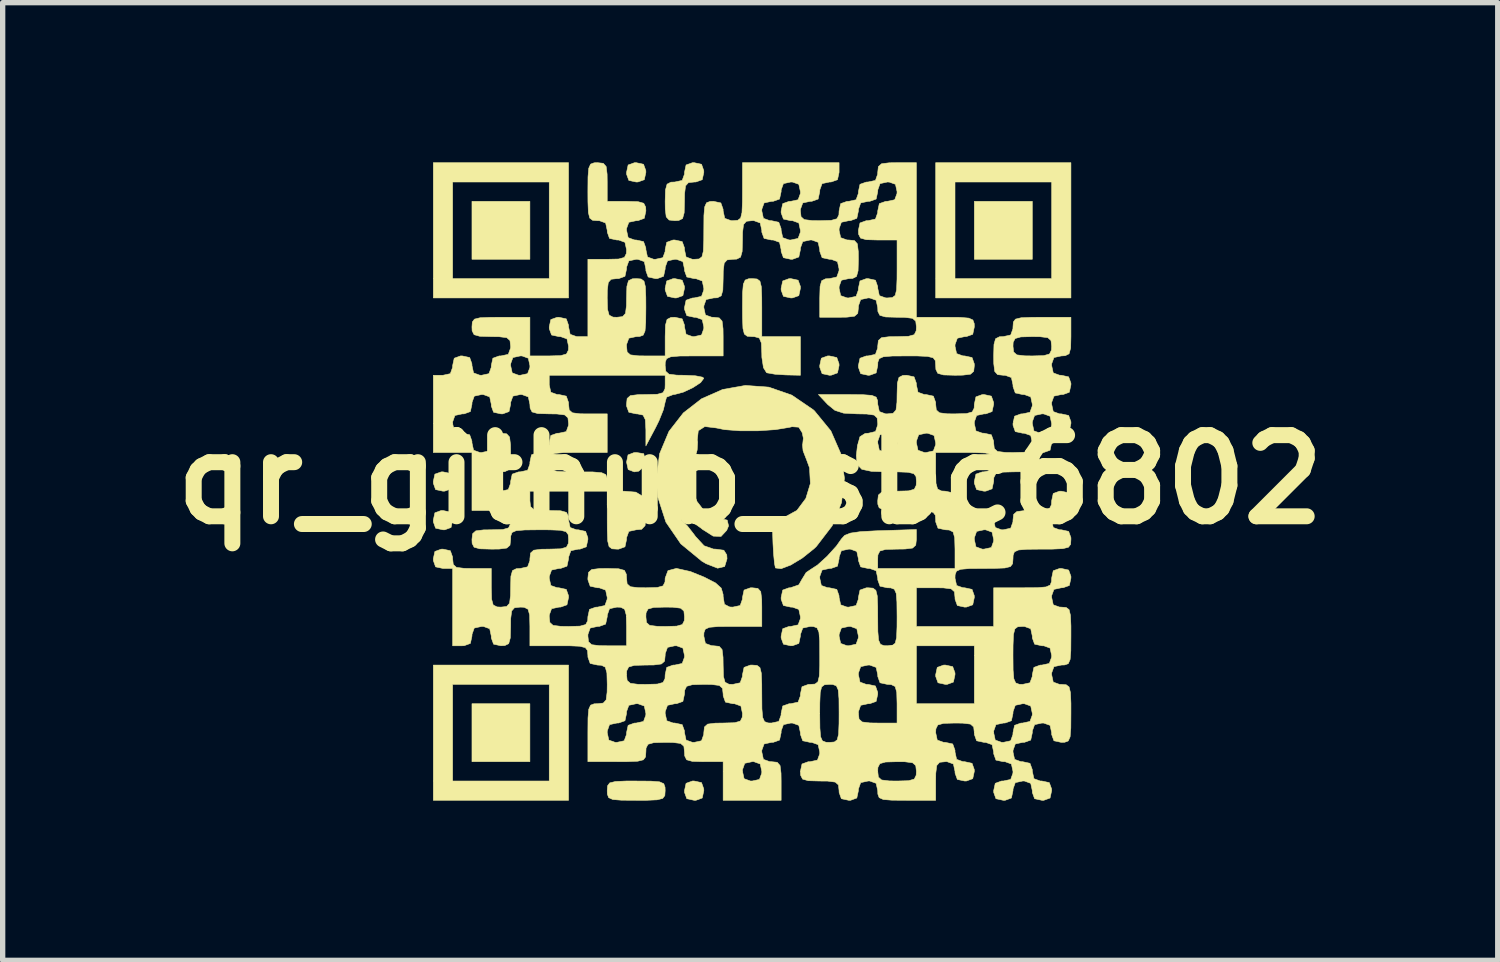
<source format=kicad_pcb>
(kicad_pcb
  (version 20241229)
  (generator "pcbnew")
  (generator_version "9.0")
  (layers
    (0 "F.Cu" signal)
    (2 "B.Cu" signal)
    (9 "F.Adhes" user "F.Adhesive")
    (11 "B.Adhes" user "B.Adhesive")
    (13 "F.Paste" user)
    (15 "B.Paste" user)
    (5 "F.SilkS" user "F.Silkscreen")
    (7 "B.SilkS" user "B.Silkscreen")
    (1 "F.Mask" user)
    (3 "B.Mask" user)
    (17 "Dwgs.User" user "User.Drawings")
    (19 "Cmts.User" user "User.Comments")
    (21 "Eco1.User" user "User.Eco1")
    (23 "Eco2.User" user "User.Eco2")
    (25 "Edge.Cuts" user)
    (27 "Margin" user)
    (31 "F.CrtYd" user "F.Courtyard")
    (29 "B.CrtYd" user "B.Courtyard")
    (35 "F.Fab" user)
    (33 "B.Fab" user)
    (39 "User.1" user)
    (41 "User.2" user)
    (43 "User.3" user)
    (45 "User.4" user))
  (footprint "qr_github_sbc6802"
    (layer "F.Cu")
    (at 11.038 5.956)
    (property "Reference" "qr_github_sbc6802" (at 0 0 0) (layer "F.SilkS") (effects (font (size 1.524 1.524) (thickness 0.3))))
    (attr through_hole)
    (fp_poly (pts (xy -4.137 -4.137) (xy -5.225 -4.137) (xy -5.225 -5.225) (xy -4.137 -5.225) (xy -4.137 -4.137)) (stroke (width 0.01) (type solid)) (fill yes) (layer "F.SilkS"))
    (fp_poly (pts (xy -4.137 5.298) (xy -5.225 5.298) (xy -5.225 4.209) (xy -4.137 4.209) (xy -4.137 5.298)) (stroke (width 0.01) (type solid)) (fill yes) (layer "F.SilkS"))
    (fp_poly (pts (xy 5.298 -4.137) (xy 4.209 -4.137) (xy 4.209 -5.225) (xy 5.298 -5.225) (xy 5.298 -4.137)) (stroke (width 0.01) (type solid)) (fill yes) (layer "F.SilkS"))
    (fp_poly (pts (xy 2.009 0.422) (xy 2.018 0.535) (xy 2.003 0.561) (xy 1.97 0.539) (xy 1.965 0.466) (xy 1.983 0.388) (xy 2.009 0.422)) (stroke (width 0.01) (type solid)) (fill yes) (layer "F.SilkS"))
    (fp_poly (pts (xy -3.411 -3.411) (xy -5.951 -3.411) (xy -5.951 -5.588) (xy -5.588 -5.588) (xy -5.588 -3.774) (xy -3.774 -3.774) (xy -3.774 -5.588) (xy -5.588 -5.588) (xy -5.951 -5.588) (xy -5.951 -5.951) (xy -3.411 -5.951) (xy -3.411 -3.411)) (stroke (width 0.01) (type solid)) (fill yes) (layer "F.SilkS"))
    (fp_poly (pts (xy -3.411 6.023) (xy -5.951 6.023) (xy -5.951 3.846) (xy -5.588 3.846) (xy -5.588 5.661) (xy -3.774 5.661) (xy -3.774 3.846) (xy -5.588 3.846) (xy -5.951 3.846) (xy -5.951 3.483) (xy -3.411 3.483) (xy -3.411 6.023)) (stroke (width 0.01) (type solid)) (fill yes) (layer "F.SilkS"))
    (fp_poly (pts (xy 6.023 -3.411) (xy 3.483 -3.411) (xy 3.483 -5.588) (xy 3.846 -5.588) (xy 3.846 -3.774) (xy 5.661 -3.774) (xy 5.661 -5.588) (xy 3.846 -5.588) (xy 3.483 -5.588) (xy 3.483 -5.951) (xy 6.023 -5.951) (xy 6.023 -3.411)) (stroke (width 0.01) (type solid)) (fill yes) (layer "F.SilkS"))
    (fp_poly (pts (xy -5.631 -0.115) (xy -5.589 0.003) (xy -5.588 0.036) (xy -5.618 0.174) (xy -5.736 0.217) (xy -5.769 0.218) (xy -5.908 0.188) (xy -5.95 0.07) (xy -5.951 0.036) (xy -5.921 -0.102) (xy -5.803 -0.144) (xy -5.769 -0.145) (xy -5.631 -0.115)) (stroke (width 0.01) (type solid)) (fill yes) (layer "F.SilkS"))
    (fp_poly (pts (xy -5.631 0.611) (xy -5.589 0.729) (xy -5.588 0.762) (xy -5.618 0.9) (xy -5.736 0.943) (xy -5.769 0.943) (xy -5.908 0.913) (xy -5.95 0.795) (xy -5.951 0.762) (xy -5.921 0.624) (xy -5.803 0.581) (xy -5.769 0.581) (xy -5.631 0.611)) (stroke (width 0.01) (type solid)) (fill yes) (layer "F.SilkS"))
    (fp_poly (pts (xy -2.003 -5.921) (xy -1.96 -5.803) (xy -1.959 -5.769) (xy -1.989 -5.631) (xy -2.107 -5.589) (xy -2.141 -5.588) (xy -2.279 -5.618) (xy -2.322 -5.736) (xy -2.322 -5.769) (xy -2.292 -5.908) (xy -2.174 -5.95) (xy -2.141 -5.951) (xy -2.003 -5.921)) (stroke (width 0.01) (type solid)) (fill yes) (layer "F.SilkS"))
    (fp_poly (pts (xy -1.999 -0.486) (xy -1.982 -0.409) (xy -1.988 -0.393) (xy -2.027 -0.255) (xy -2.032 -0.212) (xy -2.093 -0.158) (xy -2.177 -0.145) (xy -2.291 -0.188) (xy -2.322 -0.327) (xy -2.294 -0.463) (xy -2.18 -0.507) (xy -2.133 -0.508) (xy -1.999 -0.486)) (stroke (width 0.01) (type solid)) (fill yes) (layer "F.SilkS"))
    (fp_poly (pts (xy -1.277 -3.744) (xy -1.234 -3.626) (xy -1.234 -3.592) (xy -1.264 -3.454) (xy -1.382 -3.412) (xy -1.415 -3.411) (xy -1.553 -3.441) (xy -1.596 -3.559) (xy -1.597 -3.592) (xy -1.567 -3.73) (xy -1.449 -3.773) (xy -1.415 -3.774) (xy -1.277 -3.744)) (stroke (width 0.01) (type solid)) (fill yes) (layer "F.SilkS"))
    (fp_poly (pts (xy -0.914 5.691) (xy -0.872 5.809) (xy -0.871 5.842) (xy -0.901 5.98) (xy -1.019 6.023) (xy -1.052 6.023) (xy -1.19 5.993) (xy -1.233 5.875) (xy -1.234 5.842) (xy -1.204 5.704) (xy -1.086 5.661) (xy -1.052 5.661) (xy -0.914 5.691)) (stroke (width 0.01) (type solid)) (fill yes) (layer "F.SilkS"))
    (fp_poly (pts (xy 0.9 -3.744) (xy 0.943 -3.626) (xy 0.943 -3.592) (xy 0.913 -3.454) (xy 0.795 -3.412) (xy 0.762 -3.411) (xy 0.624 -3.441) (xy 0.581 -3.559) (xy 0.581 -3.592) (xy 0.611 -3.73) (xy 0.729 -3.773) (xy 0.762 -3.774) (xy 0.9 -3.744)) (stroke (width 0.01) (type solid)) (fill yes) (layer "F.SilkS"))
    (fp_poly (pts (xy 1.626 -2.292) (xy 1.668 -2.174) (xy 1.669 -2.141) (xy 1.639 -2.003) (xy 1.521 -1.96) (xy 1.488 -1.959) (xy 1.35 -1.989) (xy 1.307 -2.107) (xy 1.306 -2.141) (xy 1.336 -2.279) (xy 1.454 -2.322) (xy 1.488 -2.322) (xy 1.626 -2.292)) (stroke (width 0.01) (type solid)) (fill yes) (layer "F.SilkS"))
    (fp_poly (pts (xy 3.803 3.513) (xy 3.846 3.631) (xy 3.846 3.665) (xy 3.816 3.803) (xy 3.698 3.846) (xy 3.665 3.846) (xy 3.527 3.816) (xy 3.484 3.698) (xy 3.483 3.665) (xy 3.513 3.527) (xy 3.631 3.484) (xy 3.665 3.483) (xy 3.803 3.513)) (stroke (width 0.01) (type solid)) (fill yes) (layer "F.SilkS"))
    (fp_poly (pts (xy -1.864 5.663) (xy -1.702 5.676) (xy -1.623 5.711) (xy -1.599 5.778) (xy -1.597 5.842) (xy -1.603 5.934) (xy -1.644 5.988) (xy -1.749 6.014) (xy -1.95 6.023) (xy -2.141 6.023) (xy -2.418 6.021) (xy -2.58 6.008) (xy -2.658 5.973) (xy -2.683 5.906) (xy -2.685 5.842) (xy -2.678 5.75) (xy -2.638 5.696) (xy -2.532 5.67) (xy -2.332 5.661) (xy -2.141 5.661) (xy -1.864 5.663)) (stroke (width 0.01) (type solid)) (fill yes) (layer "F.SilkS"))
    (fp_poly (pts (xy -0.914 -5.921) (xy -0.872 -5.803) (xy -0.871 -5.769) (xy -0.901 -5.631) (xy -1.019 -5.589) (xy -1.052 -5.588) (xy -1.16 -5.576) (xy -1.214 -5.516) (xy -1.232 -5.371) (xy -1.234 -5.225) (xy -1.24 -5.01) (xy -1.27 -4.902) (xy -1.342 -4.866) (xy -1.415 -4.862) (xy -1.523 -4.874) (xy -1.577 -4.934) (xy -1.595 -5.08) (xy -1.597 -5.225) (xy -1.591 -5.44) (xy -1.561 -5.548) (xy -1.488 -5.585) (xy -1.415 -5.588) (xy -1.277 -5.618) (xy -1.234 -5.736) (xy -1.234 -5.769) (xy -1.204 -5.908) (xy -1.086 -5.95) (xy -1.052 -5.951) (xy -0.914 -5.921)) (stroke (width 0.01) (type solid)) (fill yes) (layer "F.SilkS"))
    (fp_poly (pts (xy 0.129 -3.767) (xy 0.183 -3.726) (xy 0.209 -3.621) (xy 0.217 -3.421) (xy 0.218 -3.229) (xy 0.218 -2.685) (xy 0.943 -2.685) (xy 0.943 -1.959) (xy 0.671 -1.965) (xy 0.468 -1.978) (xy 0.322 -2.003) (xy 0.308 -2.007) (xy 0.249 -2.101) (xy 0.219 -2.296) (xy 0.218 -2.365) (xy 0.21 -2.564) (xy 0.172 -2.657) (xy 0.08 -2.684) (xy 0.036 -2.685) (xy -0.056 -2.692) (xy -0.11 -2.733) (xy -0.136 -2.838) (xy -0.144 -3.038) (xy -0.145 -3.229) (xy -0.143 -3.506) (xy -0.129 -3.669) (xy -0.094 -3.747) (xy -0.027 -3.772) (xy 0.036 -3.774) (xy 0.129 -3.767)) (stroke (width 0.01) (type solid)) (fill yes) (layer "F.SilkS"))
    (fp_poly (pts (xy 0.349 -1.736) (xy 0.781 -1.586) (xy 1.184 -1.311) (xy 1.206 -1.291) (xy 1.515 -0.914) (xy 1.703 -0.484) (xy 1.77 -0.026) (xy 1.715 0.433) (xy 1.539 0.869) (xy 1.243 1.255) (xy 1.198 1.298) (xy 0.978 1.474) (xy 0.761 1.605) (xy 0.582 1.673) (xy 0.475 1.66) (xy 0.474 1.66) (xy 0.457 1.579) (xy 0.439 1.396) (xy 0.428 1.201) (xy 0.42 0.96) (xy 0.436 0.826) (xy 0.492 0.758) (xy 0.606 0.718) (xy 0.639 0.709) (xy 0.877 0.579) (xy 1.045 0.354) (xy 1.13 0.074) (xy 1.114 -0.221) (xy 1.059 -0.371) (xy 0.993 -0.54) (xy 0.982 -0.655) (xy 0.986 -0.663) (xy 0.998 -0.777) (xy 0.977 -0.879) (xy 0.912 -0.984) (xy 0.786 -0.993) (xy 0.737 -0.981) (xy 0.474 -0.938) (xy 0.147 -0.916) (xy -0.19 -0.916) (xy -0.481 -0.938) (xy -0.639 -0.97) (xy -0.852 -0.996) (xy -0.975 -0.917) (xy -0.994 -0.742) (xy -0.987 -0.706) (xy -0.996 -0.553) (xy -1.062 -0.365) (xy -1.062 -0.364) (xy -1.125 -0.115) (xy -1.099 0.156) (xy -1 0.41) (xy -0.847 0.61) (xy -0.655 0.717) (xy -0.582 0.726) (xy -0.432 0.761) (xy -0.406 0.87) (xy -0.441 0.953) (xy -0.548 1.068) (xy -0.695 1.062) (xy -0.897 0.934) (xy -0.93 0.907) (xy -1.094 0.79) (xy -1.225 0.729) (xy -1.244 0.727) (xy -1.297 0.751) (xy -1.267 0.781) (xy -1.178 0.872) (xy -1.055 1.03) (xy -1.026 1.07) (xy -0.866 1.243) (xy -0.689 1.305) (xy -0.648 1.306) (xy -0.495 1.327) (xy -0.44 1.414) (xy -0.435 1.488) (xy -0.48 1.633) (xy -0.611 1.664) (xy -0.827 1.58) (xy -0.907 1.533) (xy -1.304 1.206) (xy -1.583 0.799) (xy -1.736 0.326) (xy -1.764 0) (xy -1.702 -0.484) (xy -1.526 -0.904) (xy -1.256 -1.251) (xy -0.914 -1.517) (xy -0.518 -1.692) (xy -0.09 -1.768) (xy 0.349 -1.736)) (stroke (width 0.01) (type solid)) (fill yes) (layer "F.SilkS"))
    (fp_poly (pts (xy 1.669 -5.769) (xy 1.639 -5.631) (xy 1.521 -5.589) (xy 1.488 -5.588) (xy 1.35 -5.558) (xy 1.307 -5.44) (xy 1.306 -5.407) (xy 1.276 -5.268) (xy 1.158 -5.226) (xy 1.125 -5.225) (xy 0.987 -5.195) (xy 0.944 -5.077) (xy 0.943 -5.044) (xy 0.955 -4.936) (xy 1.015 -4.882) (xy 1.161 -4.864) (xy 1.306 -4.862) (xy 1.522 -4.868) (xy 1.629 -4.898) (xy 1.666 -4.971) (xy 1.669 -5.044) (xy 1.699 -5.182) (xy 1.817 -5.224) (xy 1.851 -5.225) (xy 1.989 -5.255) (xy 2.031 -5.373) (xy 2.032 -5.407) (xy 2.062 -5.545) (xy 2.18 -5.587) (xy 2.213 -5.588) (xy 2.352 -5.618) (xy 2.394 -5.736) (xy 2.395 -5.769) (xy 2.407 -5.877) (xy 2.467 -5.931) (xy 2.612 -5.949) (xy 2.758 -5.951) (xy 3.121 -5.951) (xy 3.121 -3.048) (xy 3.665 -3.048) (xy 3.942 -3.046) (xy 4.104 -3.032) (xy 4.182 -2.997) (xy 4.207 -2.93) (xy 4.209 -2.867) (xy 4.179 -2.728) (xy 4.061 -2.686) (xy 4.028 -2.685) (xy 3.89 -2.655) (xy 3.847 -2.537) (xy 3.846 -2.504) (xy 3.876 -2.366) (xy 3.994 -2.323) (xy 4.028 -2.322) (xy 4.166 -2.292) (xy 4.208 -2.174) (xy 4.209 -2.141) (xy 4.197 -2.033) (xy 4.137 -1.979) (xy 3.992 -1.961) (xy 3.846 -1.959) (xy 3.631 -1.965) (xy 3.523 -1.995) (xy 3.487 -2.068) (xy 3.483 -2.141) (xy 3.477 -2.233) (xy 3.436 -2.287) (xy 3.331 -2.313) (xy 3.13 -2.322) (xy 2.939 -2.322) (xy 2.662 -2.32) (xy 2.5 -2.306) (xy 2.422 -2.271) (xy 2.397 -2.205) (xy 2.395 -2.141) (xy 2.365 -2.003) (xy 2.247 -1.96) (xy 2.213 -1.959) (xy 2.075 -1.989) (xy 2.033 -2.107) (xy 2.032 -2.141) (xy 2.062 -2.279) (xy 2.18 -2.322) (xy 2.213 -2.322) (xy 2.352 -2.352) (xy 2.394 -2.47) (xy 2.395 -2.504) (xy 2.407 -2.611) (xy 2.467 -2.665) (xy 2.612 -2.683) (xy 2.758 -2.685) (xy 2.973 -2.691) (xy 3.081 -2.721) (xy 3.117 -2.794) (xy 3.121 -2.867) (xy 3.109 -2.974) (xy 3.049 -3.028) (xy 2.903 -3.046) (xy 2.758 -3.048) (xy 2.542 -3.054) (xy 2.435 -3.084) (xy 2.398 -3.157) (xy 2.395 -3.229) (xy 2.365 -3.368) (xy 2.247 -3.41) (xy 2.213 -3.411) (xy 2.075 -3.381) (xy 2.033 -3.263) (xy 2.032 -3.229) (xy 2.02 -3.122) (xy 1.96 -3.068) (xy 1.815 -3.05) (xy 1.669 -3.048) (xy 1.306 -3.048) (xy 1.306 -3.411) (xy 1.312 -3.626) (xy 1.342 -3.734) (xy 1.415 -3.77) (xy 1.488 -3.774) (xy 1.626 -3.804) (xy 1.668 -3.922) (xy 1.669 -3.955) (xy 1.639 -4.093) (xy 1.521 -4.136) (xy 1.488 -4.137) (xy 1.35 -4.167) (xy 1.307 -4.285) (xy 1.306 -4.318) (xy 1.276 -4.456) (xy 1.158 -4.499) (xy 1.125 -4.499) (xy 0.987 -4.469) (xy 0.944 -4.351) (xy 0.943 -4.318) (xy 0.913 -4.18) (xy 0.795 -4.137) (xy 0.762 -4.137) (xy 0.624 -4.167) (xy 0.581 -4.285) (xy 0.581 -4.318) (xy 0.551 -4.456) (xy 0.433 -4.499) (xy 0.399 -4.499) (xy 0.261 -4.529) (xy 0.218 -4.647) (xy 0.218 -4.681) (xy 0.188 -4.819) (xy 0.07 -4.862) (xy 0.036 -4.862) (xy -0.071 -4.851) (xy -0.125 -4.79) (xy -0.143 -4.645) (xy -0.145 -4.499) (xy -0.151 -4.284) (xy -0.181 -4.177) (xy -0.254 -4.14) (xy -0.327 -4.137) (xy -0.434 -4.125) (xy -0.488 -4.065) (xy -0.506 -3.919) (xy -0.508 -3.774) (xy -0.514 -3.558) (xy -0.544 -3.451) (xy -0.617 -3.414) (xy -0.689 -3.411) (xy -0.828 -3.381) (xy -0.87 -3.263) (xy -0.871 -3.229) (xy -0.841 -3.091) (xy -0.723 -3.049) (xy -0.689 -3.048) (xy -0.582 -3.036) (xy -0.528 -2.976) (xy -0.51 -2.831) (xy -0.508 -2.685) (xy -0.508 -2.322) (xy -1.052 -2.322) (xy -1.329 -2.32) (xy -1.491 -2.306) (xy -1.57 -2.271) (xy -1.595 -2.205) (xy -1.597 -2.141) (xy -1.585 -2.033) (xy -1.525 -1.979) (xy -1.379 -1.961) (xy -1.234 -1.959) (xy -1.027 -1.949) (xy -0.895 -1.923) (xy -0.871 -1.903) (xy -0.931 -1.821) (xy -1.078 -1.725) (xy -1.258 -1.641) (xy -1.42 -1.598) (xy -1.444 -1.597) (xy -1.571 -1.548) (xy -1.597 -1.455) (xy -1.63 -1.312) (xy -1.714 -1.103) (xy -1.778 -0.973) (xy -1.959 -0.632) (xy -1.959 -0.933) (xy -1.969 -1.124) (xy -2.012 -1.211) (xy -2.114 -1.233) (xy -2.141 -1.234) (xy -2.279 -1.264) (xy -2.322 -1.382) (xy -2.322 -1.415) (xy -2.311 -1.523) (xy -2.25 -1.577) (xy -2.105 -1.595) (xy -1.959 -1.597) (xy -1.744 -1.602) (xy -1.637 -1.632) (xy -1.6 -1.705) (xy -1.597 -1.778) (xy -1.597 -1.959) (xy -3.774 -1.959) (xy -3.774 -1.778) (xy -3.744 -1.64) (xy -3.626 -1.597) (xy -3.592 -1.597) (xy -3.454 -1.567) (xy -3.412 -1.449) (xy -3.411 -1.415) (xy -3.399 -1.307) (xy -3.339 -1.254) (xy -3.194 -1.235) (xy -3.048 -1.234) (xy -2.685 -1.234) (xy -2.685 -0.508) (xy -3.229 -0.508) (xy -3.506 -0.506) (xy -3.669 -0.492) (xy -3.747 -0.457) (xy -3.772 -0.39) (xy -3.774 -0.327) (xy -3.767 -0.234) (xy -3.726 -0.18) (xy -3.621 -0.154) (xy -3.421 -0.146) (xy -3.229 -0.145) (xy -2.953 -0.143) (xy -2.79 -0.129) (xy -2.712 -0.094) (xy -2.687 -0.027) (xy -2.685 0.036) (xy -2.671 0.149) (xy -2.603 0.202) (xy -2.441 0.217) (xy -2.366 0.218) (xy -2.147 0.236) (xy -2.023 0.311) (xy -1.969 0.474) (xy -1.959 0.695) (xy -1.974 0.865) (xy -2.038 0.933) (xy -2.141 0.943) (xy -2.279 0.973) (xy -2.322 1.091) (xy -2.322 1.125) (xy -2.352 1.263) (xy -2.47 1.306) (xy -2.504 1.306) (xy -2.596 1.3) (xy -2.65 1.259) (xy -2.676 1.154) (xy -2.684 0.953) (xy -2.685 0.762) (xy -2.685 0.218) (xy -4.137 0.218) (xy -4.137 0.399) (xy -4.125 0.507) (xy -4.065 0.561) (xy -3.919 0.579) (xy -3.774 0.581) (xy -3.558 0.586) (xy -3.451 0.616) (xy -3.414 0.689) (xy -3.411 0.762) (xy -3.381 0.9) (xy -3.263 0.943) (xy -3.229 0.943) (xy -3.091 0.973) (xy -3.049 1.091) (xy -3.048 1.125) (xy -3.078 1.263) (xy -3.196 1.306) (xy -3.229 1.306) (xy -3.368 1.336) (xy -3.41 1.454) (xy -3.411 1.488) (xy -3.441 1.626) (xy -3.559 1.668) (xy -3.592 1.669) (xy -3.73 1.699) (xy -3.773 1.817) (xy -3.774 1.851) (xy -3.744 1.989) (xy -3.626 2.031) (xy -3.592 2.032) (xy -3.454 2.062) (xy -3.412 2.18) (xy -3.411 2.213) (xy -3.441 2.352) (xy -3.559 2.394) (xy -3.592 2.395) (xy -3.73 2.425) (xy -3.773 2.543) (xy -3.774 2.576) (xy -3.762 2.684) (xy -3.702 2.738) (xy -3.556 2.756) (xy -3.411 2.758) (xy -3.196 2.752) (xy -3.088 2.722) (xy -3.051 2.649) (xy -3.048 2.576) (xy -3.018 2.438) (xy -2.9 2.396) (xy -2.867 2.395) (xy -2.728 2.365) (xy -2.686 2.247) (xy -2.685 2.213) (xy -2.715 2.075) (xy -2.833 2.033) (xy -2.867 2.032) (xy -3.005 2.002) (xy -3.047 1.884) (xy -3.048 1.851) (xy -3.036 1.743) (xy -2.976 1.689) (xy -2.831 1.671) (xy -2.685 1.669) (xy -2.47 1.675) (xy -2.362 1.705) (xy -2.326 1.778) (xy -2.322 1.851) (xy -2.311 1.958) (xy -2.25 2.012) (xy -2.105 2.03) (xy -1.959 2.032) (xy -1.744 2.026) (xy -1.637 1.996) (xy -1.6 1.923) (xy -1.597 1.851) (xy -1.544 1.71) (xy -1.386 1.668) (xy -1.122 1.727) (xy -0.863 1.832) (xy -0.651 1.941) (xy -0.544 2.038) (xy -0.509 2.156) (xy -0.508 2.195) (xy -0.484 2.342) (xy -0.386 2.392) (xy -0.327 2.395) (xy -0.188 2.365) (xy -0.146 2.247) (xy -0.145 2.213) (xy -0.115 2.075) (xy 0.003 2.033) (xy 0.036 2.032) (xy 0.144 2.044) (xy 0.198 2.104) (xy 0.216 2.249) (xy 0.218 2.395) (xy 0.218 2.758) (xy -0.327 2.758) (xy -0.603 2.76) (xy -0.766 2.774) (xy -0.844 2.809) (xy -0.869 2.875) (xy -0.871 2.939) (xy -0.841 3.077) (xy -0.723 3.12) (xy -0.689 3.121) (xy -0.582 3.132) (xy -0.528 3.192) (xy -0.51 3.338) (xy -0.508 3.483) (xy -0.502 3.699) (xy -0.472 3.806) (xy -0.399 3.843) (xy -0.327 3.846) (xy -0.188 3.816) (xy -0.146 3.698) (xy -0.145 3.665) (xy -0.115 3.527) (xy 0.003 3.484) (xy 0.036 3.483) (xy 0.129 3.49) (xy 0.183 3.531) (xy 0.209 3.636) (xy 0.217 3.837) (xy 0.218 4.028) (xy 0.22 4.305) (xy 0.234 4.467) (xy 0.269 4.545) (xy 0.335 4.57) (xy 0.399 4.572) (xy 0.537 4.542) (xy 0.58 4.424) (xy 0.581 4.391) (xy 1.306 4.391) (xy 1.309 4.667) (xy 1.322 4.83) (xy 1.357 4.908) (xy 1.424 4.933) (xy 1.488 4.935) (xy 1.58 4.928) (xy 1.634 4.887) (xy 1.66 4.782) (xy 1.668 4.582) (xy 1.669 4.391) (xy 1.667 4.114) (xy 1.653 3.951) (xy 1.618 3.873) (xy 1.551 3.848) (xy 1.488 3.846) (xy 1.395 3.853) (xy 1.341 3.894) (xy 1.315 3.999) (xy 1.307 4.199) (xy 1.306 4.391) (xy 0.581 4.391) (xy 0.611 4.252) (xy 0.729 4.21) (xy 0.762 4.209) (xy 0.9 4.179) (xy 0.943 4.061) (xy 0.943 4.028) (xy 0.973 3.89) (xy 1.091 3.847) (xy 1.125 3.846) (xy 1.217 3.84) (xy 1.271 3.799) (xy 1.297 3.694) (xy 1.299 3.665) (xy 2.032 3.665) (xy 2.062 3.803) (xy 2.18 3.846) (xy 2.213 3.846) (xy 2.352 3.876) (xy 2.394 3.994) (xy 2.395 4.028) (xy 2.365 4.166) (xy 2.247 4.208) (xy 2.213 4.209) (xy 2.075 4.239) (xy 2.033 4.357) (xy 2.032 4.391) (xy 2.044 4.498) (xy 2.104 4.552) (xy 2.249 4.57) (xy 2.395 4.572) (xy 2.758 4.572) (xy 2.758 4.209) (xy 2.752 3.994) (xy 2.722 3.886) (xy 2.649 3.85) (xy 2.576 3.846) (xy 2.438 3.816) (xy 2.396 3.698) (xy 2.395 3.665) (xy 2.365 3.527) (xy 2.247 3.484) (xy 2.213 3.483) (xy 2.075 3.513) (xy 2.033 3.631) (xy 2.032 3.665) (xy 1.299 3.665) (xy 1.306 3.493) (xy 1.306 3.302) (xy 1.304 3.025) (xy 1.297 2.939) (xy 1.669 2.939) (xy 1.699 3.077) (xy 1.817 3.12) (xy 1.851 3.121) (xy 1.989 3.091) (xy 2.031 2.973) (xy 2.032 2.939) (xy 2.002 2.801) (xy 1.884 2.758) (xy 1.851 2.758) (xy 1.712 2.788) (xy 1.67 2.906) (xy 1.669 2.939) (xy 1.297 2.939) (xy 1.29 2.863) (xy 1.255 2.785) (xy 1.189 2.76) (xy 1.125 2.758) (xy 0.987 2.788) (xy 0.944 2.906) (xy 0.943 2.939) (xy 0.913 3.077) (xy 0.795 3.12) (xy 0.762 3.121) (xy 0.624 3.091) (xy 0.581 2.973) (xy 0.581 2.939) (xy 0.611 2.801) (xy 0.729 2.758) (xy 0.762 2.758) (xy 0.9 2.728) (xy 0.943 2.61) (xy 0.943 2.576) (xy 0.913 2.438) (xy 0.795 2.396) (xy 0.762 2.395) (xy 0.624 2.365) (xy 0.581 2.247) (xy 0.581 2.213) (xy 0.611 2.075) (xy 0.729 2.032) (xy 0.754 2.032) (xy 0.913 1.977) (xy 0.964 1.887) (xy 0.986 1.851) (xy 1.306 1.851) (xy 1.336 1.989) (xy 1.454 2.031) (xy 1.488 2.032) (xy 1.626 2.062) (xy 1.668 2.18) (xy 1.669 2.213) (xy 1.699 2.352) (xy 1.817 2.394) (xy 1.851 2.395) (xy 1.989 2.365) (xy 2.031 2.247) (xy 2.032 2.213) (xy 2.062 2.075) (xy 2.18 2.033) (xy 2.213 2.032) (xy 2.306 2.039) (xy 2.36 2.08) (xy 2.386 2.185) (xy 2.394 2.385) (xy 2.395 2.576) (xy 2.397 2.853) (xy 2.411 3.015) (xy 2.446 3.094) (xy 2.513 3.119) (xy 2.576 3.121) (xy 3.121 3.121) (xy 3.121 4.209) (xy 4.209 4.209) (xy 4.209 3.302) (xy 4.935 3.302) (xy 4.937 3.579) (xy 4.951 3.741) (xy 4.986 3.819) (xy 5.053 3.844) (xy 5.116 3.846) (xy 5.254 3.816) (xy 5.297 3.698) (xy 5.298 3.665) (xy 5.328 3.527) (xy 5.446 3.484) (xy 5.479 3.483) (xy 5.617 3.453) (xy 5.66 3.335) (xy 5.661 3.302) (xy 5.631 3.164) (xy 5.513 3.121) (xy 5.479 3.121) (xy 5.341 3.091) (xy 5.298 2.973) (xy 5.298 2.939) (xy 5.268 2.801) (xy 5.15 2.758) (xy 5.116 2.758) (xy 5.024 2.764) (xy 4.97 2.805) (xy 4.944 2.91) (xy 4.936 3.111) (xy 4.935 3.302) (xy 4.209 3.302) (xy 4.209 3.121) (xy 3.121 3.121) (xy 2.576 3.121) (xy 2.669 3.114) (xy 2.723 3.073) (xy 2.749 2.968) (xy 2.757 2.767) (xy 2.758 2.576) (xy 2.755 2.299) (xy 2.742 2.137) (xy 2.707 2.059) (xy 2.64 2.034) (xy 2.576 2.032) (xy 2.438 2.002) (xy 2.396 1.884) (xy 2.395 1.851) (xy 2.365 1.712) (xy 2.247 1.67) (xy 2.213 1.669) (xy 2.075 1.639) (xy 2.033 1.521) (xy 2.032 1.488) (xy 2.002 1.35) (xy 1.884 1.307) (xy 1.851 1.306) (xy 1.712 1.336) (xy 1.67 1.454) (xy 1.669 1.488) (xy 1.639 1.626) (xy 1.521 1.668) (xy 1.488 1.669) (xy 1.35 1.699) (xy 1.307 1.817) (xy 1.306 1.851) (xy 0.986 1.851) (xy 1.05 1.746) (xy 1.122 1.697) (xy 1.266 1.603) (xy 1.447 1.438) (xy 1.619 1.248) (xy 1.713 1.115) (xy 1.774 1.048) (xy 1.883 1.005) (xy 2.069 0.978) (xy 2.363 0.962) (xy 2.457 0.959) (xy 3.121 0.938) (xy 3.121 1.122) (xy 3.109 1.231) (xy 3.05 1.286) (xy 2.907 1.304) (xy 2.758 1.306) (xy 2.542 1.312) (xy 2.435 1.342) (xy 2.398 1.415) (xy 2.395 1.488) (xy 2.395 1.669) (xy 3.846 1.669) (xy 3.846 1.306) (xy 3.841 1.125) (xy 4.209 1.125) (xy 4.239 1.263) (xy 4.357 1.306) (xy 4.391 1.306) (xy 4.529 1.276) (xy 4.571 1.158) (xy 4.572 1.125) (xy 4.542 0.987) (xy 4.424 0.944) (xy 4.391 0.943) (xy 4.252 0.973) (xy 4.21 1.091) (xy 4.209 1.125) (xy 3.841 1.125) (xy 3.84 1.091) (xy 3.81 0.984) (xy 3.738 0.947) (xy 3.665 0.943) (xy 3.527 0.913) (xy 3.484 0.795) (xy 3.483 0.762) (xy 3.477 0.67) (xy 3.436 0.616) (xy 3.331 0.59) (xy 3.13 0.581) (xy 2.939 0.581) (xy 2.662 0.578) (xy 2.5 0.565) (xy 2.422 0.53) (xy 2.397 0.463) (xy 2.395 0.399) (xy 2.407 0.291) (xy 2.467 0.238) (xy 2.612 0.219) (xy 2.758 0.218) (xy 2.973 0.212) (xy 3.081 0.182) (xy 3.117 0.109) (xy 3.121 0.036) (xy 3.114 -0.057) (xy 3.072 -0.111) (xy 2.966 -0.137) (xy 2.763 -0.145) (xy 2.585 -0.145) (xy 2.28 -0.154) (xy 2.096 -0.193) (xy 2.008 -0.285) (xy 1.993 -0.45) (xy 2.014 -0.639) (xy 2.029 -0.689) (xy 2.395 -0.689) (xy 2.425 -0.551) (xy 2.543 -0.509) (xy 2.576 -0.508) (xy 2.714 -0.538) (xy 2.757 -0.656) (xy 2.758 -0.689) (xy 3.121 -0.689) (xy 3.151 -0.551) (xy 3.269 -0.509) (xy 3.302 -0.508) (xy 3.44 -0.538) (xy 3.483 -0.656) (xy 3.483 -0.689) (xy 3.453 -0.828) (xy 3.335 -0.87) (xy 3.302 -0.871) (xy 3.164 -0.841) (xy 3.121 -0.723) (xy 3.121 -0.689) (xy 2.758 -0.689) (xy 2.728 -0.828) (xy 2.61 -0.87) (xy 2.576 -0.871) (xy 2.438 -0.841) (xy 2.396 -0.723) (xy 2.395 -0.689) (xy 2.029 -0.689) (xy 2.061 -0.805) (xy 2.158 -0.866) (xy 2.222 -0.871) (xy 2.354 -0.903) (xy 2.394 -1.026) (xy 2.395 -1.052) (xy 2.384 -1.157) (xy 2.328 -1.211) (xy 2.189 -1.231) (xy 2.008 -1.234) (xy 1.756 -1.247) (xy 1.591 -1.3) (xy 1.456 -1.41) (xy 1.451 -1.415) (xy 1.281 -1.597) (xy 1.838 -1.597) (xy 2.119 -1.594) (xy 2.285 -1.581) (xy 2.366 -1.548) (xy 2.392 -1.484) (xy 2.395 -1.415) (xy 2.425 -1.277) (xy 2.543 -1.234) (xy 2.576 -1.234) (xy 2.684 -1.245) (xy 2.738 -1.306) (xy 2.756 -1.451) (xy 2.758 -1.597) (xy 2.764 -1.812) (xy 2.794 -1.919) (xy 2.866 -1.956) (xy 2.939 -1.959) (xy 3.077 -1.929) (xy 3.12 -1.811) (xy 3.121 -1.778) (xy 3.151 -1.64) (xy 3.269 -1.597) (xy 3.302 -1.597) (xy 3.44 -1.567) (xy 3.483 -1.449) (xy 3.483 -1.415) (xy 3.495 -1.307) (xy 3.555 -1.254) (xy 3.701 -1.235) (xy 3.846 -1.234) (xy 4.062 -1.24) (xy 4.169 -1.27) (xy 4.206 -1.342) (xy 4.209 -1.415) (xy 4.239 -1.553) (xy 4.357 -1.596) (xy 4.391 -1.597) (xy 4.529 -1.567) (xy 4.571 -1.449) (xy 4.572 -1.415) (xy 4.542 -1.277) (xy 4.424 -1.234) (xy 4.391 -1.234) (xy 4.252 -1.204) (xy 4.21 -1.086) (xy 4.209 -1.052) (xy 4.239 -0.914) (xy 4.357 -0.872) (xy 4.391 -0.871) (xy 4.529 -0.841) (xy 4.571 -0.723) (xy 4.572 -0.689) (xy 4.584 -0.582) (xy 4.644 -0.528) (xy 4.789 -0.51) (xy 4.935 -0.508) (xy 5.15 -0.514) (xy 5.258 -0.544) (xy 5.294 -0.617) (xy 5.298 -0.689) (xy 5.268 -0.828) (xy 5.15 -0.87) (xy 5.116 -0.871) (xy 4.978 -0.901) (xy 4.936 -1.019) (xy 4.935 -1.052) (xy 5.298 -1.052) (xy 5.328 -0.914) (xy 5.446 -0.872) (xy 5.479 -0.871) (xy 5.617 -0.901) (xy 5.66 -1.019) (xy 5.661 -1.052) (xy 5.631 -1.19) (xy 5.513 -1.233) (xy 5.479 -1.234) (xy 5.341 -1.204) (xy 5.298 -1.086) (xy 5.298 -1.052) (xy 4.935 -1.052) (xy 4.965 -1.19) (xy 5.083 -1.233) (xy 5.116 -1.234) (xy 5.254 -1.264) (xy 5.297 -1.382) (xy 5.298 -1.415) (xy 5.268 -1.553) (xy 5.15 -1.596) (xy 5.116 -1.597) (xy 4.978 -1.627) (xy 4.936 -1.745) (xy 4.935 -1.778) (xy 4.905 -1.916) (xy 4.787 -1.959) (xy 4.753 -1.959) (xy 4.646 -1.971) (xy 4.592 -2.031) (xy 4.574 -2.177) (xy 4.572 -2.322) (xy 4.577 -2.504) (xy 4.935 -2.504) (xy 4.947 -2.396) (xy 5.007 -2.342) (xy 5.152 -2.324) (xy 5.298 -2.322) (xy 5.513 -2.328) (xy 5.621 -2.358) (xy 5.657 -2.431) (xy 5.661 -2.504) (xy 5.649 -2.611) (xy 5.589 -2.665) (xy 5.443 -2.683) (xy 5.298 -2.685) (xy 5.082 -2.679) (xy 4.975 -2.649) (xy 4.938 -2.577) (xy 4.935 -2.504) (xy 4.577 -2.504) (xy 4.578 -2.538) (xy 4.608 -2.645) (xy 4.681 -2.682) (xy 4.753 -2.685) (xy 4.892 -2.715) (xy 4.934 -2.833) (xy 4.935 -2.867) (xy 4.942 -2.959) (xy 4.982 -3.013) (xy 5.088 -3.039) (xy 5.288 -3.047) (xy 5.479 -3.048) (xy 6.023 -3.048) (xy 6.023 -2.685) (xy 6.018 -2.47) (xy 5.988 -2.362) (xy 5.915 -2.326) (xy 5.842 -2.322) (xy 5.704 -2.292) (xy 5.661 -2.174) (xy 5.661 -2.141) (xy 5.691 -2.003) (xy 5.809 -1.96) (xy 5.842 -1.959) (xy 5.98 -1.929) (xy 6.023 -1.811) (xy 6.023 -1.778) (xy 5.993 -1.64) (xy 5.875 -1.597) (xy 5.842 -1.597) (xy 5.704 -1.567) (xy 5.661 -1.449) (xy 5.661 -1.415) (xy 5.691 -1.277) (xy 5.809 -1.234) (xy 5.842 -1.234) (xy 5.98 -1.204) (xy 6.023 -1.086) (xy 6.023 -1.052) (xy 5.993 -0.914) (xy 5.875 -0.872) (xy 5.842 -0.871) (xy 5.704 -0.841) (xy 5.661 -0.723) (xy 5.661 -0.689) (xy 5.631 -0.551) (xy 5.513 -0.509) (xy 5.479 -0.508) (xy 5.341 -0.478) (xy 5.298 -0.36) (xy 5.298 -0.327) (xy 5.286 -0.219) (xy 5.226 -0.165) (xy 5.08 -0.147) (xy 4.935 -0.145) (xy 4.72 -0.139) (xy 4.612 -0.109) (xy 4.575 -0.037) (xy 4.572 0.036) (xy 4.542 0.174) (xy 4.424 0.217) (xy 4.391 0.218) (xy 4.252 0.188) (xy 4.21 0.07) (xy 4.209 0.036) (xy 4.239 -0.102) (xy 4.357 -0.144) (xy 4.391 -0.145) (xy 4.529 -0.175) (xy 4.571 -0.293) (xy 4.572 -0.327) (xy 4.565 -0.419) (xy 4.524 -0.473) (xy 4.419 -0.499) (xy 4.219 -0.507) (xy 4.028 -0.508) (xy 3.483 -0.508) (xy 3.483 -0.145) (xy 3.489 0.07) (xy 3.519 0.178) (xy 3.592 0.214) (xy 3.665 0.218) (xy 3.803 0.248) (xy 3.846 0.366) (xy 3.846 0.399) (xy 3.858 0.507) (xy 3.918 0.561) (xy 4.064 0.579) (xy 4.209 0.581) (xy 4.424 0.586) (xy 4.532 0.616) (xy 4.569 0.689) (xy 4.572 0.762) (xy 4.602 0.9) (xy 4.72 0.943) (xy 4.753 0.943) (xy 4.892 0.913) (xy 4.934 0.795) (xy 4.935 0.762) (xy 4.947 0.654) (xy 5.007 0.601) (xy 5.152 0.582) (xy 5.298 0.581) (xy 5.513 0.575) (xy 5.621 0.545) (xy 5.657 0.472) (xy 5.661 0.399) (xy 5.691 0.261) (xy 5.809 0.218) (xy 5.842 0.218) (xy 5.98 0.248) (xy 6.023 0.366) (xy 6.023 0.399) (xy 5.993 0.537) (xy 5.875 0.58) (xy 5.842 0.581) (xy 5.704 0.611) (xy 5.661 0.729) (xy 5.661 0.762) (xy 5.691 0.9) (xy 5.809 0.943) (xy 5.842 0.943) (xy 5.98 0.973) (xy 6.023 1.091) (xy 6.023 1.125) (xy 6.017 1.217) (xy 5.976 1.271) (xy 5.871 1.297) (xy 5.67 1.306) (xy 5.479 1.306) (xy 5.202 1.309) (xy 5.04 1.322) (xy 4.962 1.357) (xy 4.937 1.424) (xy 4.935 1.488) (xy 4.928 1.58) (xy 4.887 1.634) (xy 4.782 1.66) (xy 4.582 1.668) (xy 4.391 1.669) (xy 4.114 1.671) (xy 3.951 1.685) (xy 3.873 1.72) (xy 3.848 1.787) (xy 3.846 1.851) (xy 3.876 1.989) (xy 3.994 2.031) (xy 4.028 2.032) (xy 4.166 2.062) (xy 4.208 2.18) (xy 4.209 2.213) (xy 4.179 2.352) (xy 4.061 2.394) (xy 4.028 2.395) (xy 3.89 2.365) (xy 3.847 2.247) (xy 3.846 2.213) (xy 3.835 2.106) (xy 3.774 2.052) (xy 3.629 2.034) (xy 3.483 2.032) (xy 3.121 2.032) (xy 3.121 2.758) (xy 4.572 2.758) (xy 4.572 2.032) (xy 5.116 2.032) (xy 5.393 2.03) (xy 5.555 2.016) (xy 5.634 1.981) (xy 5.659 1.914) (xy 5.661 1.851) (xy 5.691 1.712) (xy 5.809 1.67) (xy 5.842 1.669) (xy 5.98 1.699) (xy 6.023 1.817) (xy 6.023 1.851) (xy 5.993 1.989) (xy 5.875 2.031) (xy 5.842 2.032) (xy 5.704 2.062) (xy 5.661 2.18) (xy 5.661 2.213) (xy 5.691 2.352) (xy 5.809 2.394) (xy 5.842 2.395) (xy 5.934 2.402) (xy 5.988 2.442) (xy 6.014 2.548) (xy 6.023 2.748) (xy 6.023 2.939) (xy 6.021 3.216) (xy 6.008 3.378) (xy 5.973 3.457) (xy 5.906 3.481) (xy 5.842 3.483) (xy 5.704 3.513) (xy 5.661 3.631) (xy 5.661 3.665) (xy 5.691 3.803) (xy 5.809 3.846) (xy 5.842 3.846) (xy 5.934 3.853) (xy 5.988 3.894) (xy 6.014 3.999) (xy 6.023 4.199) (xy 6.023 4.391) (xy 6.021 4.667) (xy 6.008 4.83) (xy 5.973 4.908) (xy 5.906 4.933) (xy 5.842 4.935) (xy 5.704 4.905) (xy 5.661 4.787) (xy 5.661 4.753) (xy 5.631 4.615) (xy 5.513 4.573) (xy 5.479 4.572) (xy 5.341 4.602) (xy 5.298 4.72) (xy 5.298 4.753) (xy 5.268 4.892) (xy 5.15 4.934) (xy 5.116 4.935) (xy 4.978 4.965) (xy 4.936 5.083) (xy 4.935 5.116) (xy 4.965 5.254) (xy 5.083 5.297) (xy 5.116 5.298) (xy 5.254 5.328) (xy 5.297 5.446) (xy 5.298 5.479) (xy 5.328 5.617) (xy 5.446 5.66) (xy 5.479 5.661) (xy 5.617 5.691) (xy 5.66 5.809) (xy 5.661 5.842) (xy 5.631 5.98) (xy 5.513 6.023) (xy 5.479 6.023) (xy 5.341 5.993) (xy 5.298 5.875) (xy 5.298 5.842) (xy 5.268 5.704) (xy 5.15 5.661) (xy 5.116 5.661) (xy 4.978 5.691) (xy 4.936 5.809) (xy 4.935 5.842) (xy 4.905 5.98) (xy 4.787 6.023) (xy 4.753 6.023) (xy 4.615 5.993) (xy 4.573 5.875) (xy 4.572 5.842) (xy 4.602 5.704) (xy 4.72 5.661) (xy 4.753 5.661) (xy 4.892 5.631) (xy 4.934 5.513) (xy 4.935 5.479) (xy 4.905 5.341) (xy 4.787 5.298) (xy 4.753 5.298) (xy 4.615 5.268) (xy 4.573 5.15) (xy 4.572 5.116) (xy 4.542 4.978) (xy 4.424 4.936) (xy 4.391 4.935) (xy 4.252 4.905) (xy 4.21 4.787) (xy 4.209 4.753) (xy 4.572 4.753) (xy 4.602 4.892) (xy 4.72 4.934) (xy 4.753 4.935) (xy 4.892 4.905) (xy 4.934 4.787) (xy 4.935 4.753) (xy 4.965 4.615) (xy 5.083 4.573) (xy 5.116 4.572) (xy 5.254 4.542) (xy 5.297 4.424) (xy 5.298 4.391) (xy 5.268 4.252) (xy 5.15 4.21) (xy 5.116 4.209) (xy 4.978 4.239) (xy 4.936 4.357) (xy 4.935 4.391) (xy 4.905 4.529) (xy 4.787 4.571) (xy 4.753 4.572) (xy 4.615 4.602) (xy 4.573 4.72) (xy 4.572 4.753) (xy 4.209 4.753) (xy 4.197 4.646) (xy 4.137 4.592) (xy 3.992 4.574) (xy 3.846 4.572) (xy 3.631 4.578) (xy 3.523 4.608) (xy 3.487 4.681) (xy 3.483 4.753) (xy 3.513 4.892) (xy 3.631 4.934) (xy 3.665 4.935) (xy 3.803 4.965) (xy 3.846 5.083) (xy 3.846 5.116) (xy 3.876 5.254) (xy 3.994 5.297) (xy 4.028 5.298) (xy 4.166 5.328) (xy 4.208 5.446) (xy 4.209 5.479) (xy 4.179 5.617) (xy 4.061 5.66) (xy 4.028 5.661) (xy 3.89 5.631) (xy 3.847 5.513) (xy 3.846 5.479) (xy 3.816 5.341) (xy 3.698 5.298) (xy 3.665 5.298) (xy 3.557 5.309) (xy 3.503 5.37) (xy 3.485 5.515) (xy 3.483 5.661) (xy 3.483 6.023) (xy 2.939 6.023) (xy 2.662 6.021) (xy 2.5 6.008) (xy 2.422 5.973) (xy 2.397 5.906) (xy 2.395 5.842) (xy 2.365 5.704) (xy 2.247 5.661) (xy 2.213 5.661) (xy 2.075 5.691) (xy 2.033 5.809) (xy 2.032 5.842) (xy 2.002 5.98) (xy 1.884 6.023) (xy 1.851 6.023) (xy 1.712 5.993) (xy 1.67 5.875) (xy 1.669 5.842) (xy 1.657 5.734) (xy 1.597 5.681) (xy 1.452 5.662) (xy 1.306 5.661) (xy 1.091 5.655) (xy 0.984 5.625) (xy 0.947 5.552) (xy 0.943 5.479) (xy 2.395 5.479) (xy 2.407 5.587) (xy 2.467 5.641) (xy 2.612 5.659) (xy 2.758 5.661) (xy 2.973 5.655) (xy 3.081 5.625) (xy 3.117 5.552) (xy 3.121 5.479) (xy 3.109 5.371) (xy 3.049 5.318) (xy 2.903 5.299) (xy 2.758 5.298) (xy 2.542 5.304) (xy 2.435 5.334) (xy 2.398 5.406) (xy 2.395 5.479) (xy 0.943 5.479) (xy 0.973 5.341) (xy 1.091 5.298) (xy 1.125 5.298) (xy 1.263 5.268) (xy 1.306 5.15) (xy 1.306 5.116) (xy 1.276 4.978) (xy 1.158 4.936) (xy 1.125 4.935) (xy 0.987 4.905) (xy 0.944 4.787) (xy 0.943 4.753) (xy 0.913 4.615) (xy 0.795 4.573) (xy 0.762 4.572) (xy 0.624 4.602) (xy 0.581 4.72) (xy 0.581 4.753) (xy 0.551 4.892) (xy 0.433 4.934) (xy 0.399 4.935) (xy 0.261 4.965) (xy 0.218 5.083) (xy 0.218 5.116) (xy 0.248 5.254) (xy 0.366 5.297) (xy 0.399 5.298) (xy 0.507 5.309) (xy 0.561 5.37) (xy 0.579 5.515) (xy 0.581 5.661) (xy 0.581 6.023) (xy -0.508 6.023) (xy -0.508 5.479) (xy -0.145 5.479) (xy -0.115 5.617) (xy 0.003 5.66) (xy 0.036 5.661) (xy 0.174 5.631) (xy 0.217 5.513) (xy 0.218 5.479) (xy 0.188 5.341) (xy 0.07 5.298) (xy 0.036 5.298) (xy -0.102 5.328) (xy -0.144 5.446) (xy -0.145 5.479) (xy -0.508 5.479) (xy -0.508 5.298) (xy -0.871 5.298) (xy -1.086 5.292) (xy -1.194 5.262) (xy -1.23 5.189) (xy -1.234 5.116) (xy -1.245 5.009) (xy -1.306 4.955) (xy -1.451 4.937) (xy -1.597 4.935) (xy -1.812 4.941) (xy -1.919 4.971) (xy -1.956 5.043) (xy -1.959 5.116) (xy -1.966 5.209) (xy -2.007 5.263) (xy -2.112 5.289) (xy -2.313 5.297) (xy -2.504 5.298) (xy -3.048 5.298) (xy -3.048 4.753) (xy -2.685 4.753) (xy -2.655 4.892) (xy -2.537 4.934) (xy -2.504 4.935) (xy -2.366 4.905) (xy -2.323 4.787) (xy -2.322 4.753) (xy -2.292 4.615) (xy -2.174 4.573) (xy -2.141 4.572) (xy -2.003 4.542) (xy -1.96 4.424) (xy -1.959 4.391) (xy -1.597 4.391) (xy -1.567 4.529) (xy -1.449 4.571) (xy -1.415 4.572) (xy -1.277 4.602) (xy -1.234 4.72) (xy -1.234 4.753) (xy -1.204 4.892) (xy -1.086 4.934) (xy -1.052 4.935) (xy -0.914 4.905) (xy -0.872 4.787) (xy -0.871 4.753) (xy -0.859 4.646) (xy -0.799 4.592) (xy -0.654 4.574) (xy -0.508 4.572) (xy -0.293 4.566) (xy -0.185 4.536) (xy -0.149 4.463) (xy -0.145 4.391) (xy -0.175 4.252) (xy -0.293 4.21) (xy -0.327 4.209) (xy -0.465 4.179) (xy -0.507 4.061) (xy -0.508 4.028) (xy -0.52 3.92) (xy -0.58 3.866) (xy -0.725 3.848) (xy -0.871 3.846) (xy -1.086 3.852) (xy -1.194 3.882) (xy -1.23 3.955) (xy -1.234 4.028) (xy -1.264 4.166) (xy -1.382 4.208) (xy -1.415 4.209) (xy -1.553 4.239) (xy -1.596 4.357) (xy -1.597 4.391) (xy -1.959 4.391) (xy -1.989 4.252) (xy -2.107 4.21) (xy -2.141 4.209) (xy -2.279 4.239) (xy -2.322 4.357) (xy -2.322 4.391) (xy -2.352 4.529) (xy -2.47 4.571) (xy -2.504 4.572) (xy -2.642 4.602) (xy -2.684 4.72) (xy -2.685 4.753) (xy -3.048 4.753) (xy -3.046 4.477) (xy -3.032 4.314) (xy -2.997 4.236) (xy -2.93 4.211) (xy -2.867 4.209) (xy -2.759 4.197) (xy -2.705 4.137) (xy -2.687 3.992) (xy -2.685 3.846) (xy -2.69 3.665) (xy -2.322 3.665) (xy -2.311 3.773) (xy -2.25 3.826) (xy -2.105 3.845) (xy -1.959 3.846) (xy -1.744 3.84) (xy -1.637 3.81) (xy -1.6 3.738) (xy -1.597 3.665) (xy -1.567 3.527) (xy -1.449 3.484) (xy -1.415 3.483) (xy -1.277 3.453) (xy -1.234 3.335) (xy -1.234 3.302) (xy -1.264 3.164) (xy -1.382 3.121) (xy -1.415 3.121) (xy -1.553 3.151) (xy -1.596 3.269) (xy -1.597 3.302) (xy -1.608 3.41) (xy -1.668 3.463) (xy -1.814 3.482) (xy -1.959 3.483) (xy -2.175 3.489) (xy -2.282 3.519) (xy -2.319 3.592) (xy -2.322 3.665) (xy -2.69 3.665) (xy -2.691 3.631) (xy -2.721 3.523) (xy -2.794 3.487) (xy -2.867 3.483) (xy -3.005 3.453) (xy -3.047 3.335) (xy -3.048 3.302) (xy -3.055 3.21) (xy -3.096 3.156) (xy -3.201 3.13) (xy -3.401 3.121) (xy -3.592 3.121) (xy -4.137 3.121) (xy -4.137 2.939) (xy -3.048 2.939) (xy -3.036 3.047) (xy -2.976 3.101) (xy -2.831 3.119) (xy -2.685 3.121) (xy -2.322 3.121) (xy -2.322 2.758) (xy -2.327 2.576) (xy -1.959 2.576) (xy -1.948 2.684) (xy -1.888 2.738) (xy -1.742 2.756) (xy -1.597 2.758) (xy -1.381 2.752) (xy -1.274 2.722) (xy -1.237 2.649) (xy -1.234 2.576) (xy -1.245 2.469) (xy -1.306 2.415) (xy -1.451 2.397) (xy -1.597 2.395) (xy -1.812 2.401) (xy -1.919 2.431) (xy -1.956 2.503) (xy -1.959 2.576) (xy -2.327 2.576) (xy -2.328 2.542) (xy -2.358 2.435) (xy -2.431 2.398) (xy -2.504 2.395) (xy -2.642 2.425) (xy -2.684 2.543) (xy -2.685 2.576) (xy -2.715 2.714) (xy -2.833 2.757) (xy -2.867 2.758) (xy -3.005 2.788) (xy -3.047 2.906) (xy -3.048 2.939) (xy -4.137 2.939) (xy -4.137 2.758) (xy -4.142 2.542) (xy -4.172 2.435) (xy -4.245 2.398) (xy -4.318 2.395) (xy -4.426 2.407) (xy -4.479 2.467) (xy -4.498 2.612) (xy -4.499 2.758) (xy -4.505 2.973) (xy -4.535 3.081) (xy -4.608 3.117) (xy -4.681 3.121) (xy -4.819 3.091) (xy -4.862 2.973) (xy -4.862 2.939) (xy -4.892 2.801) (xy -5.01 2.758) (xy -5.044 2.758) (xy -5.182 2.788) (xy -5.224 2.906) (xy -5.225 2.939) (xy -5.255 3.077) (xy -5.373 3.12) (xy -5.407 3.121) (xy -5.588 3.121) (xy -5.588 1.669) (xy -5.769 1.669) (xy -5.908 1.639) (xy -5.95 1.521) (xy -5.951 1.488) (xy -5.921 1.35) (xy -5.803 1.307) (xy -5.769 1.306) (xy -5.631 1.336) (xy -5.589 1.454) (xy -5.588 1.488) (xy -5.576 1.595) (xy -5.516 1.649) (xy -5.371 1.667) (xy -5.225 1.669) (xy -4.862 1.669) (xy -4.862 2.032) (xy -4.856 2.247) (xy -4.826 2.355) (xy -4.754 2.391) (xy -4.681 2.395) (xy -4.573 2.383) (xy -4.519 2.323) (xy -4.501 2.178) (xy -4.499 2.032) (xy -4.494 1.817) (xy -4.464 1.709) (xy -4.391 1.673) (xy -4.318 1.669) (xy -4.18 1.639) (xy -4.137 1.521) (xy -4.137 1.488) (xy -4.125 1.38) (xy -4.065 1.326) (xy -3.919 1.308) (xy -3.774 1.306) (xy -3.558 1.3) (xy -3.451 1.27) (xy -3.414 1.198) (xy -3.411 1.125) (xy -3.418 1.033) (xy -3.458 0.978) (xy -3.564 0.952) (xy -3.764 0.944) (xy -3.955 0.943) (xy -4.232 0.946) (xy -4.394 0.959) (xy -4.473 0.994) (xy -4.497 1.061) (xy -4.499 1.125) (xy -4.511 1.233) (xy -4.571 1.286) (xy -4.717 1.305) (xy -4.862 1.306) (xy -5.078 1.3) (xy -5.185 1.27) (xy -5.222 1.198) (xy -5.225 1.125) (xy -5.213 1.017) (xy -5.153 0.963) (xy -5.008 0.945) (xy -4.862 0.943) (xy -4.647 0.938) (xy -4.539 0.908) (xy -4.503 0.835) (xy -4.499 0.762) (xy -4.511 0.654) (xy -4.571 0.601) (xy -4.717 0.582) (xy -4.862 0.581) (xy -5.225 0.581) (xy -5.225 -0.508) (xy -5.951 -0.508) (xy -5.951 -1.052) (xy -5.588 -1.052) (xy -5.558 -0.914) (xy -5.44 -0.872) (xy -5.407 -0.871) (xy -5.268 -0.841) (xy -5.226 -0.723) (xy -5.225 -0.689) (xy -5.195 -0.551) (xy -5.077 -0.509) (xy -5.044 -0.508) (xy -4.906 -0.538) (xy -4.863 -0.656) (xy -4.862 -0.689) (xy -4.832 -0.828) (xy -4.714 -0.87) (xy -4.681 -0.871) (xy -4.573 -0.859) (xy -4.519 -0.799) (xy -4.501 -0.654) (xy -4.499 -0.508) (xy -4.505 -0.293) (xy -4.535 -0.185) (xy -4.608 -0.149) (xy -4.681 -0.145) (xy -4.819 -0.115) (xy -4.862 0.003) (xy -4.862 0.036) (xy -4.832 0.174) (xy -4.714 0.217) (xy -4.681 0.218) (xy -4.543 0.188) (xy -4.5 0.07) (xy -4.499 0.036) (xy -4.469 -0.102) (xy -4.351 -0.144) (xy -4.318 -0.145) (xy -4.18 -0.175) (xy -4.137 -0.293) (xy -4.137 -0.327) (xy -4.107 -0.465) (xy -3.989 -0.507) (xy -3.955 -0.508) (xy -3.817 -0.538) (xy -3.774 -0.656) (xy -3.774 -0.689) (xy -3.744 -0.828) (xy -3.626 -0.87) (xy -3.592 -0.871) (xy -3.454 -0.901) (xy -3.412 -1.019) (xy -3.411 -1.052) (xy -3.423 -1.16) (xy -3.483 -1.214) (xy -3.628 -1.232) (xy -3.774 -1.234) (xy -3.989 -1.24) (xy -4.096 -1.27) (xy -4.133 -1.342) (xy -4.137 -1.415) (xy -4.167 -1.553) (xy -4.285 -1.596) (xy -4.318 -1.597) (xy -4.456 -1.567) (xy -4.499 -1.449) (xy -4.499 -1.415) (xy -4.529 -1.277) (xy -4.647 -1.234) (xy -4.681 -1.234) (xy -4.819 -1.264) (xy -4.862 -1.382) (xy -4.862 -1.415) (xy -4.892 -1.553) (xy -5.01 -1.596) (xy -5.044 -1.597) (xy -5.182 -1.567) (xy -5.224 -1.449) (xy -5.225 -1.415) (xy -5.255 -1.277) (xy -5.373 -1.234) (xy -5.407 -1.234) (xy -5.545 -1.204) (xy -5.587 -1.086) (xy -5.588 -1.052) (xy -5.951 -1.052) (xy -5.951 -1.959) (xy -5.769 -1.959) (xy -5.631 -1.989) (xy -5.589 -2.107) (xy -5.588 -2.141) (xy -5.558 -2.279) (xy -5.44 -2.322) (xy -5.407 -2.322) (xy -5.268 -2.292) (xy -5.226 -2.174) (xy -5.225 -2.141) (xy -5.195 -2.003) (xy -5.077 -1.96) (xy -5.044 -1.959) (xy -4.906 -1.989) (xy -4.863 -2.107) (xy -4.862 -2.141) (xy -4.499 -2.141) (xy -4.469 -2.003) (xy -4.351 -1.96) (xy -4.318 -1.959) (xy -4.18 -1.989) (xy -4.137 -2.107) (xy -4.137 -2.141) (xy -4.167 -2.279) (xy -4.285 -2.322) (xy -4.318 -2.322) (xy -4.456 -2.292) (xy -4.499 -2.174) (xy -4.499 -2.141) (xy -4.862 -2.141) (xy -4.832 -2.279) (xy -4.714 -2.322) (xy -4.681 -2.322) (xy -4.543 -2.352) (xy -4.5 -2.47) (xy -4.499 -2.504) (xy -4.511 -2.611) (xy -4.571 -2.665) (xy -4.717 -2.683) (xy -4.862 -2.685) (xy -5.078 -2.691) (xy -5.185 -2.721) (xy -5.222 -2.794) (xy -5.225 -2.867) (xy -5.218 -2.959) (xy -5.178 -3.013) (xy -5.072 -3.039) (xy -4.872 -3.047) (xy -4.681 -3.048) (xy -4.137 -3.048) (xy -4.137 -2.322) (xy -3.774 -2.322) (xy -3.558 -2.328) (xy -3.451 -2.358) (xy -3.414 -2.431) (xy -3.411 -2.504) (xy -3.441 -2.642) (xy -3.559 -2.684) (xy -3.592 -2.685) (xy -3.73 -2.715) (xy -3.773 -2.833) (xy -3.774 -2.867) (xy -3.744 -3.005) (xy -3.626 -3.047) (xy -3.592 -3.048) (xy -3.454 -3.018) (xy -3.412 -2.9) (xy -3.411 -2.867) (xy -3.381 -2.728) (xy -3.263 -2.686) (xy -3.229 -2.685) (xy -3.048 -2.685) (xy -3.048 -3.411) (xy -2.685 -3.411) (xy -2.679 -3.196) (xy -2.649 -3.088) (xy -2.577 -3.051) (xy -2.504 -3.048) (xy -2.396 -3.06) (xy -2.342 -3.12) (xy -2.324 -3.265) (xy -2.322 -3.411) (xy -2.316 -3.626) (xy -2.286 -3.734) (xy -2.214 -3.77) (xy -2.141 -3.774) (xy -2.049 -3.767) (xy -1.994 -3.726) (xy -1.968 -3.621) (xy -1.96 -3.421) (xy -1.959 -3.229) (xy -1.962 -2.953) (xy -1.975 -2.79) (xy -2.01 -2.712) (xy -2.077 -2.687) (xy -2.141 -2.685) (xy -2.279 -2.655) (xy -2.322 -2.537) (xy -2.322 -2.504) (xy -2.311 -2.396) (xy -2.25 -2.342) (xy -2.105 -2.324) (xy -1.959 -2.322) (xy -1.597 -2.322) (xy -1.597 -2.685) (xy -1.591 -2.9) (xy -1.561 -3.008) (xy -1.488 -3.045) (xy -1.415 -3.048) (xy -1.277 -3.018) (xy -1.234 -2.9) (xy -1.234 -2.867) (xy -1.204 -2.728) (xy -1.086 -2.686) (xy -1.052 -2.685) (xy -0.914 -2.715) (xy -0.872 -2.833) (xy -0.871 -2.867) (xy -0.901 -3.005) (xy -1.019 -3.047) (xy -1.052 -3.048) (xy -1.19 -3.078) (xy -1.233 -3.196) (xy -1.234 -3.229) (xy -1.204 -3.368) (xy -1.086 -3.41) (xy -1.052 -3.411) (xy -0.914 -3.441) (xy -0.872 -3.559) (xy -0.871 -3.592) (xy -0.901 -3.73) (xy -1.019 -3.773) (xy -1.052 -3.774) (xy -1.19 -3.804) (xy -1.233 -3.922) (xy -1.234 -3.955) (xy -1.264 -4.093) (xy -1.382 -4.136) (xy -1.415 -4.137) (xy -1.553 -4.107) (xy -1.596 -3.989) (xy -1.597 -3.955) (xy -1.627 -3.817) (xy -1.745 -3.774) (xy -1.778 -3.774) (xy -1.916 -3.804) (xy -1.959 -3.922) (xy -1.959 -3.955) (xy -1.989 -4.093) (xy -2.107 -4.136) (xy -2.141 -4.137) (xy -2.279 -4.107) (xy -2.322 -3.989) (xy -2.322 -3.955) (xy -2.352 -3.817) (xy -2.47 -3.774) (xy -2.504 -3.774) (xy -2.611 -3.762) (xy -2.665 -3.702) (xy -2.683 -3.556) (xy -2.685 -3.411) (xy -3.048 -3.411) (xy -3.048 -4.137) (xy -2.685 -4.137) (xy -2.47 -4.142) (xy -2.362 -4.172) (xy -2.326 -4.245) (xy -2.322 -4.318) (xy -2.352 -4.456) (xy -2.47 -4.499) (xy -2.504 -4.499) (xy -2.642 -4.529) (xy -2.684 -4.647) (xy -2.685 -4.681) (xy -2.715 -4.819) (xy -2.833 -4.862) (xy -2.867 -4.862) (xy -2.959 -4.869) (xy -3.013 -4.91) (xy -3.039 -5.015) (xy -3.047 -5.215) (xy -3.048 -5.407) (xy -3.046 -5.683) (xy -3.032 -5.846) (xy -2.997 -5.924) (xy -2.93 -5.949) (xy -2.867 -5.951) (xy -2.759 -5.939) (xy -2.705 -5.879) (xy -2.687 -5.734) (xy -2.685 -5.588) (xy -2.685 -5.225) (xy -2.322 -5.225) (xy -2.107 -5.219) (xy -1.999 -5.189) (xy -1.963 -5.117) (xy -1.959 -5.044) (xy -1.989 -4.906) (xy -2.107 -4.863) (xy -2.141 -4.862) (xy -2.279 -4.832) (xy -2.322 -4.714) (xy -2.322 -4.681) (xy -2.292 -4.543) (xy -2.174 -4.5) (xy -2.141 -4.499) (xy -2.003 -4.469) (xy -1.96 -4.351) (xy -1.959 -4.318) (xy -1.929 -4.18) (xy -1.811 -4.137) (xy -1.778 -4.137) (xy -1.64 -4.167) (xy -1.597 -4.285) (xy -1.597 -4.318) (xy -1.567 -4.456) (xy -1.449 -4.499) (xy -1.415 -4.499) (xy -1.277 -4.469) (xy -1.234 -4.351) (xy -1.234 -4.318) (xy -1.204 -4.18) (xy -1.086 -4.137) (xy -1.052 -4.137) (xy -0.96 -4.143) (xy -0.906 -4.184) (xy -0.88 -4.289) (xy -0.872 -4.49) (xy -0.871 -4.681) (xy -0.869 -4.958) (xy -0.855 -5.12) (xy -0.82 -5.198) (xy -0.753 -5.223) (xy -0.689 -5.225) (xy -0.551 -5.195) (xy -0.509 -5.077) (xy -0.508 -5.044) (xy -0.478 -4.906) (xy -0.36 -4.863) (xy -0.327 -4.862) (xy -0.234 -4.869) (xy -0.18 -4.91) (xy -0.154 -5.015) (xy -0.153 -5.044) (xy 0.218 -5.044) (xy 0.248 -4.906) (xy 0.366 -4.863) (xy 0.399 -4.862) (xy 0.537 -4.832) (xy 0.58 -4.714) (xy 0.581 -4.681) (xy 0.611 -4.543) (xy 0.729 -4.5) (xy 0.762 -4.499) (xy 0.9 -4.529) (xy 0.943 -4.647) (xy 0.943 -4.681) (xy 1.669 -4.681) (xy 1.699 -4.543) (xy 1.817 -4.5) (xy 1.851 -4.499) (xy 1.958 -4.488) (xy 2.012 -4.428) (xy 2.03 -4.282) (xy 2.032 -4.137) (xy 2.026 -3.921) (xy 1.996 -3.814) (xy 1.923 -3.777) (xy 1.851 -3.774) (xy 1.712 -3.744) (xy 1.67 -3.626) (xy 1.669 -3.592) (xy 1.699 -3.454) (xy 1.817 -3.412) (xy 1.851 -3.411) (xy 1.989 -3.441) (xy 2.031 -3.559) (xy 2.032 -3.592) (xy 2.062 -3.73) (xy 2.18 -3.773) (xy 2.213 -3.774) (xy 2.352 -3.744) (xy 2.394 -3.626) (xy 2.395 -3.592) (xy 2.425 -3.454) (xy 2.543 -3.412) (xy 2.576 -3.411) (xy 2.669 -3.418) (xy 2.723 -3.458) (xy 2.749 -3.564) (xy 2.757 -3.764) (xy 2.758 -3.955) (xy 2.758 -4.499) (xy 2.395 -4.499) (xy 2.18 -4.505) (xy 2.072 -4.535) (xy 2.035 -4.608) (xy 2.032 -4.681) (xy 2.062 -4.819) (xy 2.18 -4.862) (xy 2.213 -4.862) (xy 2.352 -4.892) (xy 2.394 -5.01) (xy 2.395 -5.044) (xy 2.425 -5.182) (xy 2.543 -5.224) (xy 2.576 -5.225) (xy 2.714 -5.255) (xy 2.757 -5.373) (xy 2.758 -5.407) (xy 2.728 -5.545) (xy 2.61 -5.587) (xy 2.576 -5.588) (xy 2.438 -5.558) (xy 2.396 -5.44) (xy 2.395 -5.407) (xy 2.365 -5.268) (xy 2.247 -5.226) (xy 2.213 -5.225) (xy 2.075 -5.195) (xy 2.033 -5.077) (xy 2.032 -5.044) (xy 2.002 -4.906) (xy 1.884 -4.863) (xy 1.851 -4.862) (xy 1.712 -4.832) (xy 1.67 -4.714) (xy 1.669 -4.681) (xy 0.943 -4.681) (xy 0.913 -4.819) (xy 0.795 -4.862) (xy 0.762 -4.862) (xy 0.624 -4.892) (xy 0.581 -5.01) (xy 0.581 -5.044) (xy 0.611 -5.182) (xy 0.729 -5.224) (xy 0.762 -5.225) (xy 0.9 -5.255) (xy 0.943 -5.373) (xy 0.943 -5.407) (xy 0.913 -5.545) (xy 0.795 -5.587) (xy 0.762 -5.588) (xy 0.624 -5.558) (xy 0.581 -5.44) (xy 0.581 -5.407) (xy 0.551 -5.268) (xy 0.433 -5.226) (xy 0.399 -5.225) (xy 0.261 -5.195) (xy 0.218 -5.077) (xy 0.218 -5.044) (xy -0.153 -5.044) (xy -0.146 -5.215) (xy -0.145 -5.407) (xy -0.145 -5.951) (xy 1.669 -5.951) (xy 1.669 -5.769)) (stroke (width 0.01) (type solid)) (fill yes) (layer "F.SilkS")))
  (gr_rect
    (start -3 -3)
    (end 25.076 14.984)
    (stroke (width 0.1) (type default))
    (fill no)
    (layer "Edge.Cuts")))
</source>
